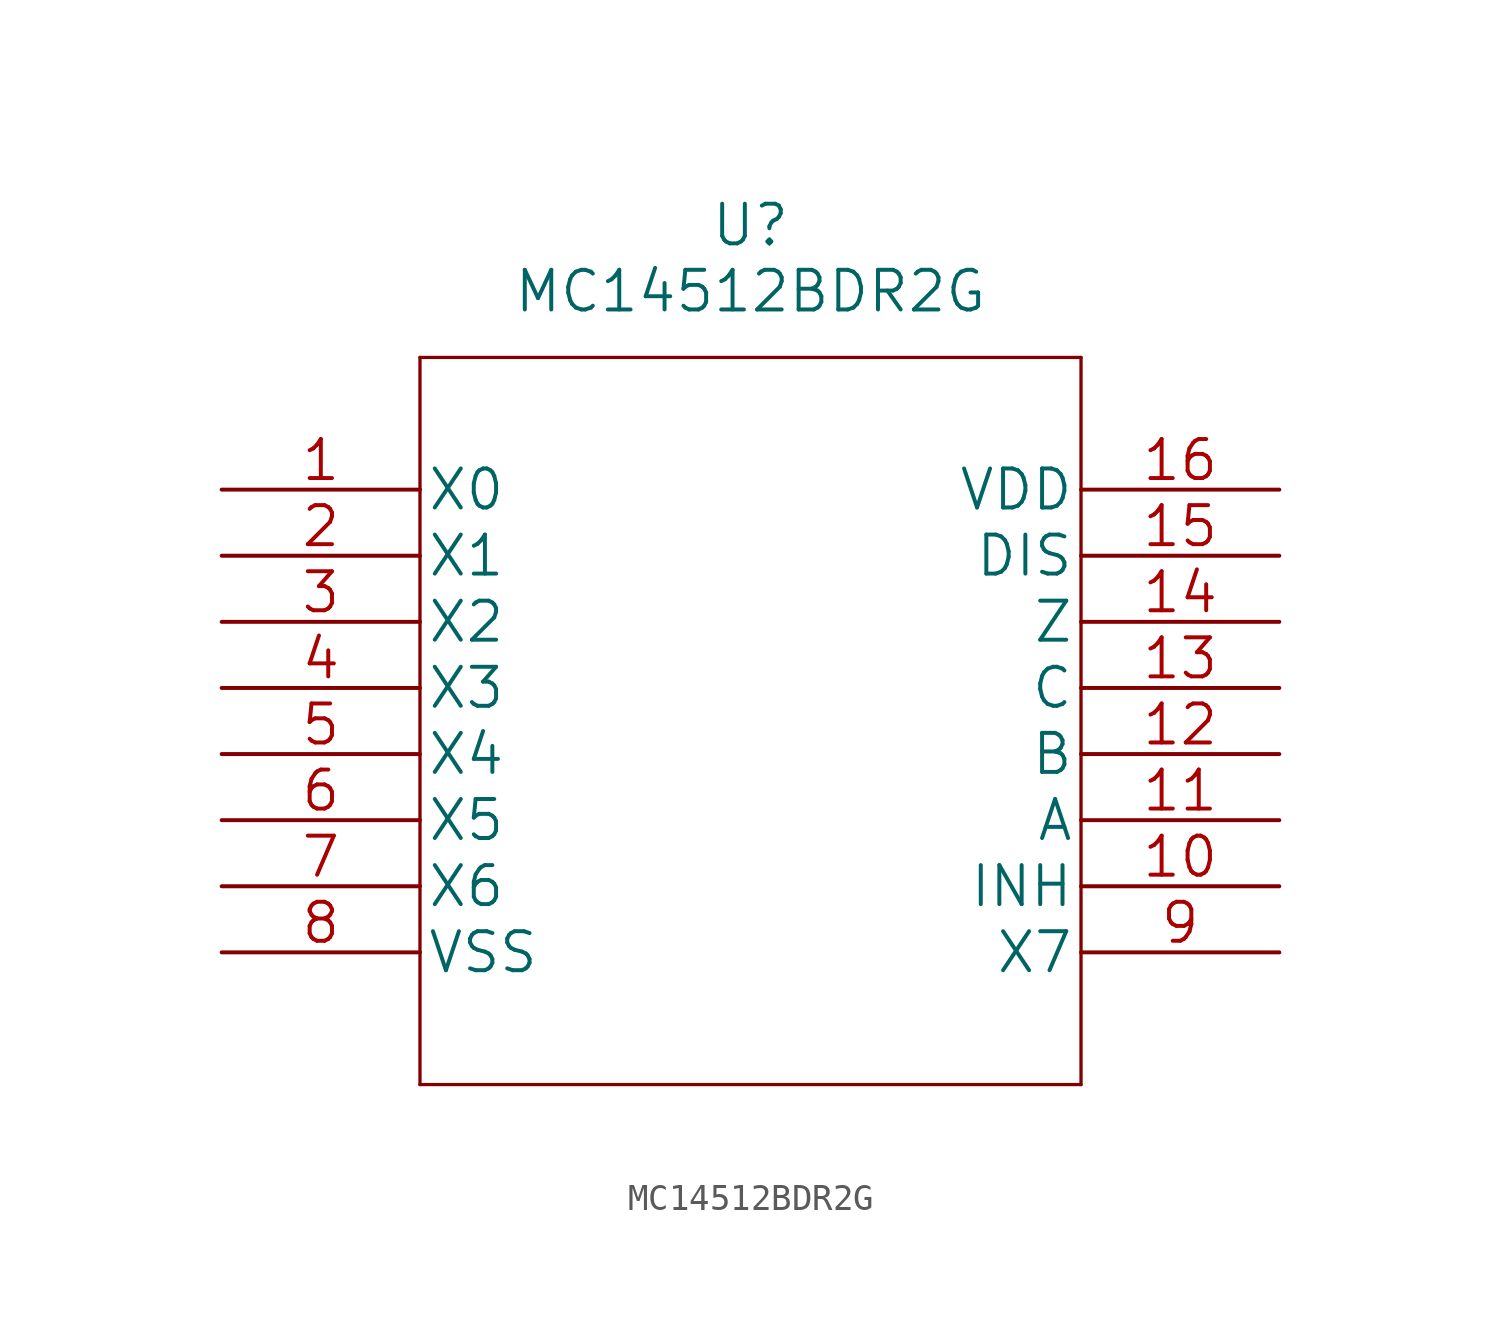
<source format=kicad_sym>
(kicad_symbol_lib
  (version 20211014)
  (generator kicad_symbol_editor)
  (symbol "MC14512BDR2G"
    (pin_names
      (offset 0.254))
    (property "Reference" "U"
      (at 20.32 10.16 0)
      (effects (font (size 1.524 1.524))))
    (property "Value" "MC14512BDR2G"
      (at 20.32 7.62 0)
      (effects (font (size 1.524 1.524))))
    (property "Datasheet" ""
      (at 0 0 0)
      (effects (font (size 1.524 1.524))))
    (property "ki_locked" ""
      (at 0 0 0)
      (effects (font (size 1.27 1.27))))
    (symbol "MC14512BDR2G_1_1"
      (polyline (pts (xy 7.62 -22.86) (xy 33.02 -22.86)) (stroke (width 0.127) (type default) (color 0 0 0 0)) (fill (type none)))
      (polyline (pts (xy 7.62 5.08) (xy 7.62 -22.86)) (stroke (width 0.127) (type default) (color 0 0 0 0)) (fill (type none)))
      (polyline (pts (xy 33.02 -22.86) (xy 33.02 5.08)) (stroke (width 0.127) (type default) (color 0 0 0 0)) (fill (type none)))
      (polyline (pts (xy 33.02 5.08) (xy 7.62 5.08)) (stroke (width 0.127) (type default) (color 0 0 0 0)) (fill (type none)))
      (pin output line (at 0 0 0) (length 7.62) (name "X0" (effects (font (size 1.499 1.499)))) (number "1" (effects (font (size 1.499 1.499)))))
      (pin input line (at 40.64 -15.24 180) (length 7.62) (name "INH" (effects (font (size 1.499 1.499)))) (number "10" (effects (font (size 1.499 1.499)))))
      (pin input line (at 40.64 -12.7 180) (length 7.62) (name "A" (effects (font (size 1.499 1.499)))) (number "11" (effects (font (size 1.499 1.499)))))
      (pin input line (at 40.64 -10.16 180) (length 7.62) (name "B" (effects (font (size 1.499 1.499)))) (number "12" (effects (font (size 1.499 1.499)))))
      (pin input line (at 40.64 -7.62 180) (length 7.62) (name "C" (effects (font (size 1.499 1.499)))) (number "13" (effects (font (size 1.499 1.499)))))
      (pin input line (at 40.64 -5.08 180) (length 7.62) (name "Z" (effects (font (size 1.499 1.499)))) (number "14" (effects (font (size 1.499 1.499)))))
      (pin input line (at 40.64 -2.54 180) (length 7.62) (name "DIS" (effects (font (size 1.499 1.499)))) (number "15" (effects (font (size 1.499 1.499)))))
      (pin power_in line (at 40.64 0 180) (length 7.62) (name "VDD" (effects (font (size 1.499 1.499)))) (number "16" (effects (font (size 1.499 1.499)))))
      (pin output line (at 0 -2.54 0) (length 7.62) (name "X1" (effects (font (size 1.499 1.499)))) (number "2" (effects (font (size 1.499 1.499)))))
      (pin output line (at 0 -5.08 0) (length 7.62) (name "X2" (effects (font (size 1.499 1.499)))) (number "3" (effects (font (size 1.499 1.499)))))
      (pin output line (at 0 -7.62 0) (length 7.62) (name "X3" (effects (font (size 1.499 1.499)))) (number "4" (effects (font (size 1.499 1.499)))))
      (pin output line (at 0 -10.16 0) (length 7.62) (name "X4" (effects (font (size 1.499 1.499)))) (number "5" (effects (font (size 1.499 1.499)))))
      (pin output line (at 0 -12.7 0) (length 7.62) (name "X5" (effects (font (size 1.499 1.499)))) (number "6" (effects (font (size 1.499 1.499)))))
      (pin output line (at 0 -15.24 0) (length 7.62) (name "X6" (effects (font (size 1.499 1.499)))) (number "7" (effects (font (size 1.499 1.499)))))
      (pin power_in line (at 0 -17.78 0) (length 7.62) (name "VSS" (effects (font (size 1.499 1.499)))) (number "8" (effects (font (size 1.499 1.499)))))
      (pin output line (at 40.64 -17.78 180) (length 7.62) (name "X7" (effects (font (size 1.499 1.499)))) (number "9" (effects (font (size 1.499 1.499))))))))
</source>
